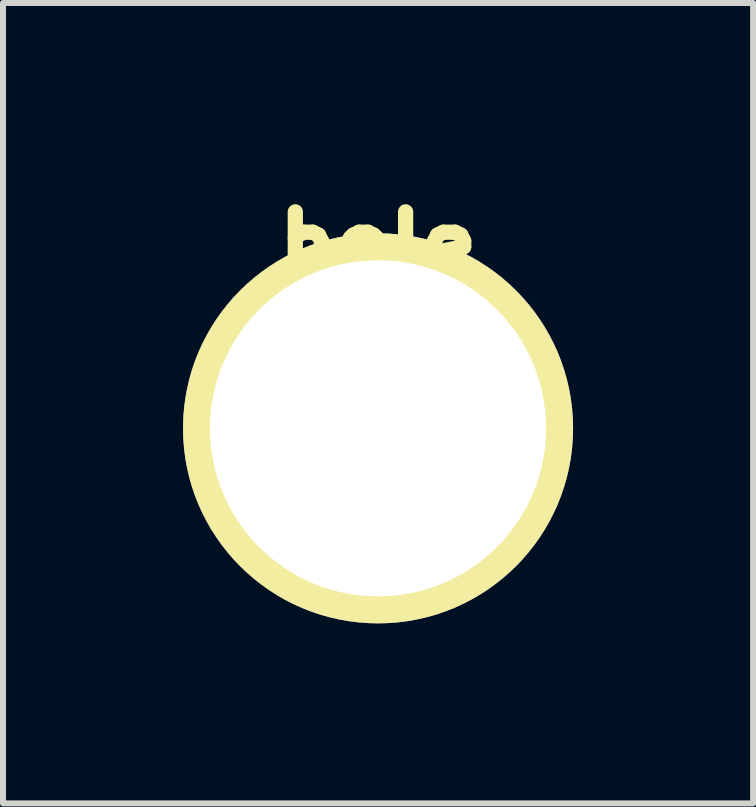
<source format=kicad_pcb>
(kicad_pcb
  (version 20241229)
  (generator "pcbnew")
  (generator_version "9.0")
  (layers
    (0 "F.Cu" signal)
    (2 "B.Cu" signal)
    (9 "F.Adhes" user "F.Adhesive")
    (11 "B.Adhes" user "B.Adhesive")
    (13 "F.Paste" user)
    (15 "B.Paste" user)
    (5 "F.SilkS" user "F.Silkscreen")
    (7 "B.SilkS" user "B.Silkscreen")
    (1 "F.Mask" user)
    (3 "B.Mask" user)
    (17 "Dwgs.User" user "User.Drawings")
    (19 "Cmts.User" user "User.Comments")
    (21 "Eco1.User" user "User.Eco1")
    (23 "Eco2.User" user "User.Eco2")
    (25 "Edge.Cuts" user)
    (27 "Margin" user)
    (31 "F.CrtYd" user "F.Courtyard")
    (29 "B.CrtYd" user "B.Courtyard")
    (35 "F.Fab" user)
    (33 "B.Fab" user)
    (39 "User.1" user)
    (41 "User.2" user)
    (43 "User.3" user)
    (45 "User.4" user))
  (footprint "hole"
    (layer "F.Cu")
    (at 3.25 4.088)
    (property "Reference" "hole" (at 0 -3.048 0) (layer "F.SilkS") (effects (font (size 1.016 1.016) (thickness 0.254))))
    (attr through_hole)
    (fp_circle (center 0 0) (end 0 -2.286) (stroke (width 0.381) (type solid)) (fill no) (layer "F.SilkS"))
    (pad "" np_thru_hole circle (at 0 0) (size 6.5 6.5) (drill 5.6) (layers "*.Cu" "*.Mask" "F.SilkS")))
  (gr_rect
    (start -3 -3)
    (end 9.5 10.338)
    (stroke (width 0.1) (type default))
    (fill no)
    (layer "Edge.Cuts")))
</source>
